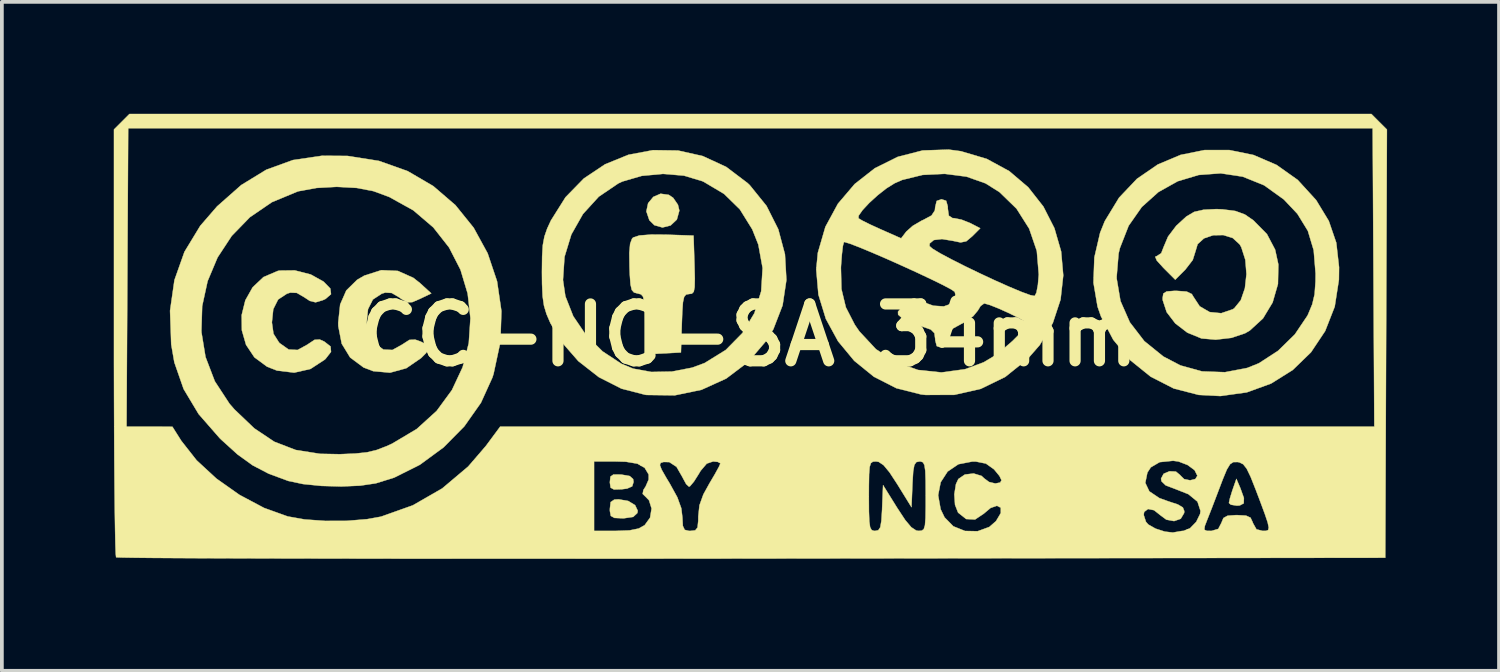
<source format=kicad_pcb>
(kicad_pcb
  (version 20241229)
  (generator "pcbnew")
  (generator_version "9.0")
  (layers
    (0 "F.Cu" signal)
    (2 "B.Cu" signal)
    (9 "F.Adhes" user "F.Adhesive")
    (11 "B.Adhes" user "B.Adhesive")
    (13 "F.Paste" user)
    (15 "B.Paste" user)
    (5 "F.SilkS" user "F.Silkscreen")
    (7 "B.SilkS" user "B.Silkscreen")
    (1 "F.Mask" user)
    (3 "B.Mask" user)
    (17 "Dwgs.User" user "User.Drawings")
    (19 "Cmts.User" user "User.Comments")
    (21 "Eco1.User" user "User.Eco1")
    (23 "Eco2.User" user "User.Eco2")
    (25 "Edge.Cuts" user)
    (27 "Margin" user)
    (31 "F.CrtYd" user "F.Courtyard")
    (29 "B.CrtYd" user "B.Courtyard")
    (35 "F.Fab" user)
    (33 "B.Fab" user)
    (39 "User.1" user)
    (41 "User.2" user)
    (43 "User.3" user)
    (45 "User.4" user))
  (footprint "CC-NC-SA 34mm"
    (layer "F.Cu")
    (at 17.023 5.932)
    (property "Reference" "CC-NC-SA 34mm" (at 0 0 0) (layer "F.SilkS") (effects (font (size 1.524 1.524) (thickness 0.3))))
    (attr through_hole)
    (fp_poly (pts (xy 13.177 4.107) (xy 13.27 4.366) (xy 13.266 4.51) (xy 13.159 4.567) (xy 13.081 4.572) (xy 12.922 4.547) (xy 12.869 4.5) (xy 12.895 4.378) (xy 12.958 4.173) (xy 12.969 4.141) (xy 13.069 3.854) (xy 13.177 4.107)) (stroke (width 0.01) (type solid)) (fill yes) (layer "F.SilkS"))
    (fp_poly (pts (xy -2.147 -3.759) (xy -2.029 -3.68) (xy -1.901 -3.494) (xy -1.863 -3.337) (xy -1.93 -3.096) (xy -2.097 -2.939) (xy -2.315 -2.884) (xy -2.533 -2.946) (xy -2.667 -3.079) (xy -2.747 -3.316) (xy -2.7 -3.535) (xy -2.561 -3.704) (xy -2.366 -3.789) (xy -2.147 -3.759)) (stroke (width 0.01) (type solid)) (fill yes) (layer "F.SilkS"))
    (fp_poly (pts (xy -3.435 3.739) (xy -3.408 3.741) (xy -3.192 3.779) (xy -3.102 3.86) (xy -3.09 3.937) (xy -3.127 4.055) (xy -3.264 4.115) (xy -3.408 4.133) (xy -3.616 4.139) (xy -3.705 4.09) (xy -3.725 3.956) (xy -3.725 3.937) (xy -3.709 3.793) (xy -3.629 3.737) (xy -3.435 3.739)) (stroke (width 0.01) (type solid)) (fill yes) (layer "F.SilkS"))
    (fp_poly (pts (xy -3.233 4.447) (xy -3.049 4.559) (xy -2.978 4.709) (xy -2.989 4.771) (xy -3.1 4.874) (xy -3.344 4.91) (xy -3.384 4.911) (xy -3.602 4.901) (xy -3.7 4.847) (xy -3.725 4.714) (xy -3.725 4.657) (xy -3.704 4.476) (xy -3.606 4.41) (xy -3.488 4.403) (xy -3.233 4.447)) (stroke (width 0.01) (type solid)) (fill yes) (layer "F.SilkS"))
    (fp_poly (pts (xy -2.231 -2.692) (xy -1.482 -2.667) (xy -1.457 -1.884) (xy -1.448 -1.516) (xy -1.453 -1.286) (xy -1.477 -1.161) (xy -1.527 -1.11) (xy -1.602 -1.101) (xy -1.682 -1.087) (xy -1.734 -1.025) (xy -1.766 -0.883) (xy -1.784 -0.629) (xy -1.796 -0.318) (xy -1.82 0.466) (xy -2.794 0.516) (xy -2.794 -0.286) (xy -2.796 -0.659) (xy -2.808 -0.896) (xy -2.836 -1.029) (xy -2.89 -1.091) (xy -2.975 -1.115) (xy -2.985 -1.116) (xy -3.079 -1.142) (xy -3.138 -1.21) (xy -3.172 -1.357) (xy -3.191 -1.617) (xy -3.199 -1.828) (xy -3.204 -2.206) (xy -3.182 -2.448) (xy -3.131 -2.584) (xy -3.102 -2.615) (xy -2.935 -2.67) (xy -2.611 -2.695) (xy -2.231 -2.692)) (stroke (width 0.01) (type solid)) (fill yes) (layer "F.SilkS"))
    (fp_poly (pts (xy -9.409 -1.72) (xy -8.994 -1.535) (xy -8.814 -1.393) (xy -8.512 -1.117) (xy -8.817 -0.971) (xy -9.022 -0.883) (xy -9.157 -0.878) (xy -9.304 -0.961) (xy -9.371 -1.009) (xy -9.573 -1.129) (xy -9.746 -1.139) (xy -9.842 -1.109) (xy -10.078 -0.954) (xy -10.208 -0.695) (xy -10.245 -0.34) (xy -10.202 -0.035) (xy -10.056 0.195) (xy -10.037 0.216) (xy -9.795 0.388) (xy -9.554 0.399) (xy -9.285 0.25) (xy -9.279 0.245) (xy -9.099 0.129) (xy -8.943 0.122) (xy -8.802 0.171) (xy -8.618 0.262) (xy -8.569 0.352) (xy -8.653 0.483) (xy -8.784 0.614) (xy -9.181 0.888) (xy -9.618 1.008) (xy -10.068 0.967) (xy -10.328 0.868) (xy -10.687 0.601) (xy -10.913 0.231) (xy -11.005 -0.24) (xy -11.007 -0.331) (xy -10.955 -0.821) (xy -10.79 -1.197) (xy -10.501 -1.481) (xy -10.308 -1.594) (xy -9.852 -1.74) (xy -9.409 -1.72)) (stroke (width 0.01) (type solid)) (fill yes) (layer "F.SilkS"))
    (fp_poly (pts (xy -11.745 -1.625) (xy -11.399 -1.433) (xy -11.218 -1.247) (xy -11.2 -1.096) (xy -11.347 -0.969) (xy -11.423 -0.934) (xy -11.614 -0.878) (xy -11.77 -0.917) (xy -11.915 -1.013) (xy -12.117 -1.131) (xy -12.291 -1.138) (xy -12.382 -1.109) (xy -12.618 -0.954) (xy -12.748 -0.695) (xy -12.785 -0.34) (xy -12.742 -0.035) (xy -12.596 0.195) (xy -12.577 0.216) (xy -12.335 0.387) (xy -12.095 0.399) (xy -11.826 0.251) (xy -11.816 0.243) (xy -11.641 0.127) (xy -11.503 0.119) (xy -11.381 0.173) (xy -11.213 0.304) (xy -11.2 0.449) (xy -11.344 0.635) (xy -11.367 0.657) (xy -11.751 0.908) (xy -12.188 1.007) (xy -12.649 0.951) (xy -12.914 0.847) (xy -13.254 0.596) (xy -13.478 0.26) (xy -13.59 -0.128) (xy -13.595 -0.536) (xy -13.497 -0.932) (xy -13.3 -1.282) (xy -13.009 -1.556) (xy -12.628 -1.719) (xy -12.58 -1.729) (xy -12.171 -1.734) (xy -11.745 -1.625)) (stroke (width 0.01) (type solid)) (fill yes) (layer "F.SilkS"))
    (fp_poly (pts (xy 12.699 -3.37) (xy 13.042 -3.326) (xy 13.296 -3.233) (xy 13.524 -3.076) (xy 13.888 -2.707) (xy 14.107 -2.291) (xy 14.194 -1.892) (xy 14.183 -1.369) (xy 14.04 -0.874) (xy 13.782 -0.446) (xy 13.427 -0.121) (xy 13.301 -0.048) (xy 12.938 0.074) (xy 12.516 0.123) (xy 12.133 0.09) (xy 12.131 0.089) (xy 11.753 -0.066) (xy 11.431 -0.313) (xy 11.2 -0.615) (xy 11.094 -0.937) (xy 11.092 -0.995) (xy 11.111 -1.113) (xy 11.198 -1.169) (xy 11.399 -1.185) (xy 11.475 -1.185) (xy 11.737 -1.166) (xy 11.874 -1.1) (xy 11.911 -1.037) (xy 12.085 -0.772) (xy 12.351 -0.617) (xy 12.662 -0.586) (xy 12.972 -0.692) (xy 13.011 -0.718) (xy 13.186 -0.933) (xy 13.297 -1.255) (xy 13.339 -1.633) (xy 13.309 -2.016) (xy 13.201 -2.354) (xy 13.158 -2.43) (xy 12.971 -2.602) (xy 12.718 -2.681) (xy 12.446 -2.676) (xy 12.201 -2.593) (xy 12.03 -2.438) (xy 11.977 -2.261) (xy 11.899 -2.013) (xy 11.701 -1.756) (xy 11.43 -1.485) (xy 11.114 -1.801) (xy 10.936 -1.997) (xy 10.893 -2.099) (xy 10.934 -2.117) (xy 11.054 -2.194) (xy 11.12 -2.364) (xy 11.237 -2.64) (xy 11.457 -2.931) (xy 11.727 -3.178) (xy 11.937 -3.302) (xy 12.191 -3.36) (xy 12.535 -3.377) (xy 12.699 -3.37)) (stroke (width 0.01) (type solid)) (fill yes) (layer "F.SilkS"))
    (fp_poly (pts (xy 12.877 -4.96) (xy 13.526 -4.828) (xy 14.146 -4.561) (xy 14.713 -4.159) (xy 15.207 -3.618) (xy 15.207 -3.618) (xy 15.546 -3.06) (xy 15.747 -2.474) (xy 15.821 -1.819) (xy 15.817 -1.484) (xy 15.705 -0.763) (xy 15.449 -0.109) (xy 15.068 0.462) (xy 14.579 0.936) (xy 13.999 1.299) (xy 13.346 1.536) (xy 12.637 1.634) (xy 12.06 1.604) (xy 11.391 1.432) (xy 10.77 1.114) (xy 10.221 0.671) (xy 9.768 0.125) (xy 9.438 -0.502) (xy 9.347 -0.763) (xy 9.238 -1.403) (xy 9.242 -1.534) (xy 9.857 -1.534) (xy 9.962 -0.913) (xy 10.213 -0.342) (xy 10.6 0.161) (xy 11.111 0.574) (xy 11.568 0.813) (xy 12.147 0.973) (xy 12.762 0.995) (xy 13.359 0.881) (xy 13.672 0.755) (xy 14.186 0.421) (xy 14.636 -0.019) (xy 14.97 -0.515) (xy 14.989 -0.552) (xy 15.102 -0.824) (xy 15.166 -1.096) (xy 15.19 -1.437) (xy 15.192 -1.651) (xy 15.141 -2.274) (xy 14.985 -2.793) (xy 14.704 -3.251) (xy 14.341 -3.635) (xy 13.812 -4.015) (xy 13.241 -4.246) (xy 12.649 -4.336) (xy 12.059 -4.292) (xy 11.495 -4.123) (xy 10.979 -3.834) (xy 10.533 -3.434) (xy 10.181 -2.931) (xy 9.946 -2.331) (xy 9.911 -2.183) (xy 9.857 -1.534) (xy 9.242 -1.534) (xy 9.262 -2.082) (xy 9.416 -2.744) (xy 9.541 -3.054) (xy 9.924 -3.683) (xy 10.404 -4.189) (xy 10.961 -4.572) (xy 11.573 -4.83) (xy 12.219 -4.96) (xy 12.877 -4.96)) (stroke (width 0.01) (type solid)) (fill yes) (layer "F.SilkS"))
    (fp_poly (pts (xy -1.898 -4.947) (xy -1.237 -4.799) (xy -0.608 -4.509) (xy -0.033 -4.074) (xy 0.027 -4.016) (xy 0.474 -3.463) (xy 0.789 -2.837) (xy 0.968 -2.166) (xy 1.007 -1.477) (xy 0.905 -0.798) (xy 0.657 -0.157) (xy 0.477 0.142) (xy -0.018 0.721) (xy -0.606 1.165) (xy -1.268 1.466) (xy -1.986 1.615) (xy -2.742 1.605) (xy -2.779 1.6) (xy -3.414 1.436) (xy -4.022 1.127) (xy -4.571 0.698) (xy -5.03 0.172) (xy -5.319 -0.32) (xy -5.424 -0.564) (xy -5.491 -0.787) (xy -5.528 -1.039) (xy -5.543 -1.371) (xy -5.544 -1.477) (xy -4.982 -1.477) (xy -4.918 -1.042) (xy -4.707 -0.506) (xy -4.363 -0.000485) (xy -3.921 0.437) (xy -3.416 0.769) (xy -3.103 0.899) (xy -2.615 0.988) (xy -2.064 0.978) (xy -1.52 0.873) (xy -1.185 0.749) (xy -0.618 0.398) (xy -0.171 -0.056) (xy 0.149 -0.588) (xy 0.331 -1.176) (xy 0.369 -1.797) (xy 0.254 -2.427) (xy 0.092 -2.834) (xy -0.241 -3.37) (xy -0.664 -3.784) (xy -1.212 -4.11) (xy -1.25 -4.127) (xy -1.739 -4.274) (xy -2.3 -4.321) (xy -2.87 -4.268) (xy -3.386 -4.118) (xy -3.498 -4.066) (xy -4.022 -3.711) (xy -4.447 -3.245) (xy -4.758 -2.696) (xy -4.941 -2.097) (xy -4.982 -1.477) (xy -5.544 -1.477) (xy -5.546 -1.693) (xy -5.541 -2.111) (xy -5.523 -2.41) (xy -5.48 -2.64) (xy -5.406 -2.854) (xy -5.305 -3.073) (xy -4.914 -3.695) (xy -4.423 -4.198) (xy -3.854 -4.578) (xy -3.228 -4.833) (xy -2.569 -4.957) (xy -1.898 -4.947)) (stroke (width 0.01) (type solid)) (fill yes) (layer "F.SilkS"))
    (fp_poly (pts (xy -10.76 -4.802) (xy -9.916 -4.669) (xy -9.145 -4.395) (xy -8.459 -3.994) (xy -7.865 -3.483) (xy -7.376 -2.877) (xy -7.001 -2.191) (xy -6.749 -1.442) (xy -6.632 -0.643) (xy -6.66 0.188) (xy -6.842 1.037) (xy -6.874 1.138) (xy -7.181 1.814) (xy -7.627 2.447) (xy -8.183 3.01) (xy -8.82 3.477) (xy -9.508 3.821) (xy -10 3.974) (xy -10.419 4.036) (xy -10.925 4.058) (xy -11.456 4.043) (xy -11.95 3.993) (xy -12.344 3.91) (xy -12.361 3.904) (xy -12.869 3.716) (xy -13.298 3.493) (xy -13.704 3.201) (xy -14.141 2.805) (xy -14.186 2.761) (xy -14.749 2.117) (xy -15.151 1.446) (xy -15.4 0.731) (xy -15.484 0.247) (xy -15.495 -0.091) (xy -14.675 -0.091) (xy -14.564 0.587) (xy -14.315 1.238) (xy -13.921 1.84) (xy -13.789 1.992) (xy -13.257 2.5) (xy -12.722 2.858) (xy -12.146 3.08) (xy -11.492 3.183) (xy -10.964 3.193) (xy -10.544 3.175) (xy -10.234 3.142) (xy -9.977 3.08) (xy -9.714 2.979) (xy -9.562 2.91) (xy -8.902 2.517) (xy -8.368 2.032) (xy -7.959 1.474) (xy -7.672 0.861) (xy -7.507 0.213) (xy -7.463 -0.451) (xy -7.537 -1.112) (xy -7.729 -1.751) (xy -8.036 -2.349) (xy -8.458 -2.886) (xy -8.994 -3.344) (xy -9.641 -3.703) (xy -10.065 -3.859) (xy -10.514 -3.945) (xy -11.046 -3.974) (xy -11.588 -3.944) (xy -12.064 -3.857) (xy -12.1 -3.847) (xy -12.784 -3.563) (xy -13.374 -3.16) (xy -13.861 -2.659) (xy -14.241 -2.081) (xy -14.508 -1.446) (xy -14.654 -0.776) (xy -14.675 -0.091) (xy -15.495 -0.091) (xy -15.515 -0.653) (xy -15.397 -1.475) (xy -15.129 -2.231) (xy -14.705 -2.929) (xy -14.255 -3.449) (xy -13.606 -4.022) (xy -12.934 -4.433) (xy -12.22 -4.692) (xy -11.439 -4.807) (xy -10.76 -4.802)) (stroke (width 0.01) (type solid)) (fill yes) (layer "F.SilkS"))
    (fp_poly (pts (xy 5.682 -4.929) (xy 6.377 -4.723) (xy 6.982 -4.394) (xy 7.49 -3.961) (xy 7.896 -3.444) (xy 8.191 -2.865) (xy 8.371 -2.243) (xy 8.428 -1.599) (xy 8.356 -0.952) (xy 8.148 -0.323) (xy 7.798 0.267) (xy 7.468 0.644) (xy 6.872 1.122) (xy 6.215 1.442) (xy 5.502 1.603) (xy 4.734 1.604) (xy 4.617 1.591) (xy 3.954 1.424) (xy 3.351 1.116) (xy 2.825 0.689) (xy 2.391 0.165) (xy 2.065 -0.433) (xy 1.865 -1.084) (xy 1.806 -1.764) (xy 1.811 -1.809) (xy 2.468 -1.809) (xy 2.482 -1.235) (xy 2.6 -0.745) (xy 2.84 -0.278) (xy 2.962 -0.1) (xy 3.407 0.378) (xy 3.94 0.725) (xy 4.534 0.935) (xy 5.161 1.001) (xy 5.795 0.915) (xy 6.295 0.729) (xy 6.539 0.584) (xy 6.808 0.382) (xy 7.069 0.157) (xy 7.285 -0.06) (xy 7.42 -0.236) (xy 7.448 -0.316) (xy 7.376 -0.377) (xy 7.195 -0.479) (xy 6.95 -0.599) (xy 6.691 -0.715) (xy 6.465 -0.805) (xy 6.319 -0.847) (xy 6.307 -0.848) (xy 6.211 -0.778) (xy 6.137 -0.656) (xy 6.012 -0.505) (xy 5.794 -0.35) (xy 5.694 -0.299) (xy 5.465 -0.174) (xy 5.359 -0.05) (xy 5.334 0.104) (xy 5.302 0.281) (xy 5.188 0.338) (xy 5.165 0.339) (xy 5.037 0.295) (xy 4.996 0.137) (xy 4.995 0.102) (xy 4.974 -0.053) (xy 4.879 -0.148) (xy 4.666 -0.223) (xy 4.636 -0.231) (xy 4.369 -0.322) (xy 4.149 -0.428) (xy 4.106 -0.456) (xy 4.002 -0.546) (xy 3.998 -0.626) (xy 4.103 -0.751) (xy 4.159 -0.808) (xy 4.314 -0.95) (xy 4.432 -0.984) (xy 4.592 -0.922) (xy 4.641 -0.897) (xy 4.946 -0.787) (xy 5.226 -0.769) (xy 5.433 -0.843) (xy 5.494 -0.915) (xy 5.537 -1.081) (xy 5.519 -1.159) (xy 5.425 -1.224) (xy 5.21 -1.339) (xy 4.9 -1.491) (xy 4.527 -1.667) (xy 4.118 -1.854) (xy 3.704 -2.039) (xy 3.313 -2.208) (xy 2.974 -2.349) (xy 2.717 -2.448) (xy 2.57 -2.493) (xy 2.549 -2.492) (xy 2.521 -2.39) (xy 2.494 -2.164) (xy 2.471 -1.86) (xy 2.468 -1.809) (xy 1.811 -1.809) (xy 1.85 -2.207) (xy 2.052 -2.902) (xy 2.176 -3.13) (xy 2.939 -3.13) (xy 3.045 -3.067) (xy 3.261 -2.96) (xy 3.54 -2.833) (xy 3.544 -2.831) (xy 4.082 -2.593) (xy 4.221 -2.775) (xy 4.392 -2.927) (xy 4.632 -3.068) (xy 4.678 -3.088) (xy 4.896 -3.205) (xy 4.986 -3.341) (xy 4.995 -3.43) (xy 5.035 -3.596) (xy 5.165 -3.641) (xy 5.289 -3.601) (xy 5.332 -3.452) (xy 5.334 -3.387) (xy 5.36 -3.201) (xy 5.459 -3.136) (xy 5.508 -3.133) (xy 5.702 -3.094) (xy 5.934 -3.002) (xy 5.942 -2.998) (xy 6.203 -2.863) (xy 5.992 -2.652) (xy 5.83 -2.515) (xy 5.676 -2.483) (xy 5.475 -2.525) (xy 5.179 -2.574) (xy 4.959 -2.548) (xy 4.847 -2.455) (xy 4.843 -2.386) (xy 4.924 -2.315) (xy 5.13 -2.191) (xy 5.431 -2.03) (xy 5.797 -1.845) (xy 6.198 -1.652) (xy 6.603 -1.463) (xy 6.982 -1.294) (xy 7.305 -1.159) (xy 7.542 -1.072) (xy 7.661 -1.048) (xy 7.662 -1.049) (xy 7.709 -1.138) (xy 7.749 -1.351) (xy 7.772 -1.624) (xy 7.719 -2.256) (xy 7.514 -2.854) (xy 7.175 -3.389) (xy 6.72 -3.831) (xy 6.345 -4.067) (xy 5.834 -4.247) (xy 5.251 -4.322) (xy 4.656 -4.293) (xy 4.11 -4.159) (xy 3.909 -4.071) (xy 3.691 -3.935) (xy 3.454 -3.749) (xy 3.228 -3.543) (xy 3.048 -3.35) (xy 2.943 -3.2) (xy 2.939 -3.13) (xy 2.176 -3.13) (xy 2.388 -3.521) (xy 2.837 -4.049) (xy 3.378 -4.473) (xy 3.993 -4.778) (xy 4.659 -4.949) (xy 5.357 -4.972) (xy 5.682 -4.929)) (stroke (width 0.01) (type solid)) (fill yes) (layer "F.SilkS"))
    (fp_poly (pts (xy 16.895 -5.718) (xy 17.104 -5.51) (xy 17.082 0.23) (xy 17.06 5.969) (xy 0.078 5.99) (xy -1.606 5.992) (xy -3.244 5.993) (xy -4.83 5.994) (xy -6.354 5.994) (xy -7.808 5.994) (xy -9.186 5.993) (xy -10.478 5.991) (xy -11.677 5.989) (xy -12.774 5.987) (xy -13.762 5.984) (xy -14.633 5.981) (xy -15.378 5.977) (xy -15.989 5.973) (xy -16.459 5.968) (xy -16.779 5.963) (xy -16.942 5.958) (xy -16.961 5.955) (xy -16.971 5.863) (xy -16.98 5.615) (xy -16.988 5.227) (xy -16.996 4.71) (xy -17.003 4.081) (xy -17.009 3.352) (xy -17.013 2.538) (xy -17.013 2.455) (xy -16.681 2.455) (xy -16.066 2.455) (xy -15.452 2.456) (xy -15.212 2.836) (xy -14.804 3.355) (xy -14.27 3.848) (xy -13.652 4.284) (xy -12.993 4.634) (xy -12.361 4.861) (xy -11.906 4.942) (xy -11.354 4.981) (xy -10.773 4.979) (xy -10.23 4.934) (xy -9.86 4.867) (xy -9.006 4.563) (xy -8.22 4.111) (xy -7.525 3.525) (xy -7.406 3.387) (xy -4.149 3.387) (xy -4.149 5.249) (xy -3.565 5.249) (xy -3.198 5.235) (xy -2.952 5.185) (xy -2.793 5.096) (xy -2.647 4.894) (xy -2.607 4.649) (xy -2.675 4.43) (xy -2.75 4.351) (xy -2.846 4.257) (xy -2.826 4.151) (xy -2.767 4.06) (xy -2.685 3.872) (xy -2.685 3.737) (xy -2.793 3.557) (xy -2.922 3.484) (xy -2.385 3.484) (xy -2.337 3.608) (xy -2.211 3.829) (xy -2.12 3.979) (xy -1.917 4.348) (xy -1.81 4.644) (xy -1.781 4.889) (xy -1.769 5.116) (xy -1.719 5.221) (xy -1.604 5.249) (xy -1.566 5.249) (xy -1.437 5.234) (xy -1.375 5.158) (xy -1.356 4.977) (xy -1.355 4.858) (xy -1.324 4.563) (xy -1.236 4.318) (xy 3.217 4.318) (xy 3.219 4.726) (xy 3.229 4.994) (xy 3.251 5.15) (xy 3.292 5.226) (xy 3.355 5.248) (xy 3.383 5.249) (xy 3.47 5.231) (xy 3.523 5.153) (xy 3.553 4.979) (xy 3.572 4.675) (xy 3.573 4.636) (xy 3.598 4.022) (xy 3.979 4.635) (xy 4.192 4.958) (xy 4.354 5.151) (xy 4.486 5.238) (xy 4.551 5.249) (xy 4.634 5.242) (xy 4.689 5.202) (xy 4.721 5.098) (xy 4.736 4.902) (xy 4.741 4.584) (xy 4.741 4.318) (xy 4.741 4.292) (xy 5.074 4.292) (xy 5.141 4.668) (xy 5.246 4.886) (xy 5.482 5.126) (xy 5.794 5.251) (xy 6.132 5.258) (xy 6.446 5.143) (xy 6.625 4.987) (xy 6.727 4.816) (xy 10.583 4.816) (xy 10.644 5.004) (xy 10.705 5.076) (xy 10.902 5.188) (xy 11.151 5.268) (xy 11.366 5.293) (xy 11.416 5.284) (xy 11.608 5.251) (xy 11.649 5.249) (xy 11.727 5.218) (xy 12.209 5.218) (xy 12.28 5.248) (xy 12.402 5.249) (xy 12.583 5.196) (xy 12.665 5.038) (xy 12.721 4.904) (xy 12.833 4.842) (xy 13.055 4.826) (xy 13.089 4.826) (xy 13.326 4.839) (xy 13.448 4.894) (xy 13.507 5.019) (xy 13.512 5.038) (xy 13.607 5.207) (xy 13.773 5.249) (xy 13.865 5.247) (xy 13.921 5.226) (xy 13.936 5.159) (xy 13.908 5.023) (xy 13.831 4.794) (xy 13.702 4.446) (xy 13.589 4.149) (xy 13.451 3.8) (xy 13.345 3.581) (xy 13.251 3.462) (xy 13.148 3.411) (xy 13.102 3.403) (xy 12.988 3.404) (xy 12.9 3.461) (xy 12.813 3.604) (xy 12.705 3.865) (xy 12.655 3.996) (xy 12.525 4.338) (xy 12.403 4.657) (xy 12.312 4.888) (xy 12.307 4.9) (xy 12.223 5.116) (xy 12.209 5.218) (xy 11.727 5.218) (xy 11.826 5.178) (xy 11.993 5.006) (xy 12.096 4.795) (xy 12.107 4.712) (xy 12.026 4.465) (xy 11.783 4.265) (xy 11.421 4.122) (xy 11.173 4.028) (xy 11.062 3.92) (xy 11.049 3.849) (xy 11.118 3.718) (xy 11.275 3.651) (xy 11.448 3.659) (xy 11.564 3.755) (xy 11.567 3.762) (xy 11.669 3.861) (xy 11.828 3.893) (xy 11.969 3.859) (xy 12.023 3.77) (xy 11.948 3.62) (xy 11.761 3.482) (xy 11.518 3.389) (xy 11.373 3.369) (xy 11.012 3.406) (xy 10.775 3.545) (xy 10.683 3.685) (xy 10.627 3.961) (xy 10.735 4.189) (xy 11.005 4.37) (xy 11.238 4.454) (xy 11.501 4.541) (xy 11.634 4.62) (xy 11.672 4.718) (xy 11.668 4.77) (xy 11.577 4.924) (xy 11.399 4.986) (xy 11.192 4.948) (xy 11.034 4.831) (xy 10.861 4.694) (xy 10.7 4.662) (xy 10.598 4.739) (xy 10.583 4.816) (xy 6.727 4.816) (xy 6.754 4.77) (xy 6.753 4.627) (xy 6.652 4.575) (xy 6.481 4.633) (xy 6.295 4.789) (xy 6.064 4.943) (xy 5.826 4.931) (xy 5.609 4.759) (xy 5.527 4.55) (xy 5.508 4.267) (xy 5.552 3.994) (xy 5.616 3.858) (xy 5.791 3.738) (xy 6.025 3.71) (xy 6.238 3.775) (xy 6.31 3.842) (xy 6.44 3.938) (xy 6.605 3.978) (xy 6.737 3.953) (xy 6.773 3.891) (xy 6.718 3.776) (xy 6.584 3.613) (xy 6.566 3.594) (xy 6.355 3.444) (xy 6.085 3.39) (xy 5.994 3.389) (xy 5.617 3.462) (xy 5.328 3.658) (xy 5.142 3.945) (xy 5.074 4.292) (xy 4.741 4.292) (xy 4.739 3.91) (xy 4.73 3.642) (xy 4.707 3.486) (xy 4.667 3.41) (xy 4.603 3.388) (xy 4.576 3.387) (xy 4.489 3.405) (xy 4.436 3.483) (xy 4.405 3.657) (xy 4.387 3.961) (xy 4.385 4) (xy 4.36 4.614) (xy 3.981 4) (xy 3.771 3.679) (xy 3.612 3.487) (xy 3.481 3.399) (xy 3.41 3.387) (xy 3.326 3.393) (xy 3.271 3.433) (xy 3.238 3.536) (xy 3.223 3.731) (xy 3.218 4.047) (xy 3.217 4.318) (xy -1.236 4.318) (xy -1.217 4.267) (xy -1.058 3.979) (xy -0.909 3.726) (xy -0.802 3.531) (xy -0.762 3.439) (xy -0.834 3.399) (xy -0.958 3.387) (xy -1.128 3.445) (xy -1.292 3.637) (xy -1.344 3.725) (xy -1.472 3.927) (xy -1.575 4.049) (xy -1.604 4.064) (xy -1.68 3.994) (xy -1.772 3.825) (xy -1.777 3.813) (xy -1.939 3.531) (xy -2.132 3.405) (xy -2.282 3.401) (xy -2.363 3.425) (xy -2.385 3.484) (xy -2.922 3.484) (xy -2.987 3.447) (xy -3.296 3.395) (xy -3.572 3.387) (xy -4.149 3.387) (xy -7.406 3.387) (xy -7.051 2.974) (xy -6.666 2.455) (xy 16.766 2.455) (xy 16.722 -5.546) (xy -16.637 -5.546) (xy -16.681 2.455) (xy -17.013 2.455) (xy -17.016 1.652) (xy -17.018 0.709) (xy -17.018 0.194) (xy -17.018 -5.511) (xy -16.602 -5.927) (xy 16.687 -5.927) (xy 16.895 -5.718)) (stroke (width 0.01) (type solid)) (fill yes) (layer "F.SilkS")))
  (gr_rect
    (start -3 -3)
    (end 37.132 14.931)
    (stroke (width 0.1) (type default))
    (fill no)
    (layer "Edge.Cuts")))
</source>
